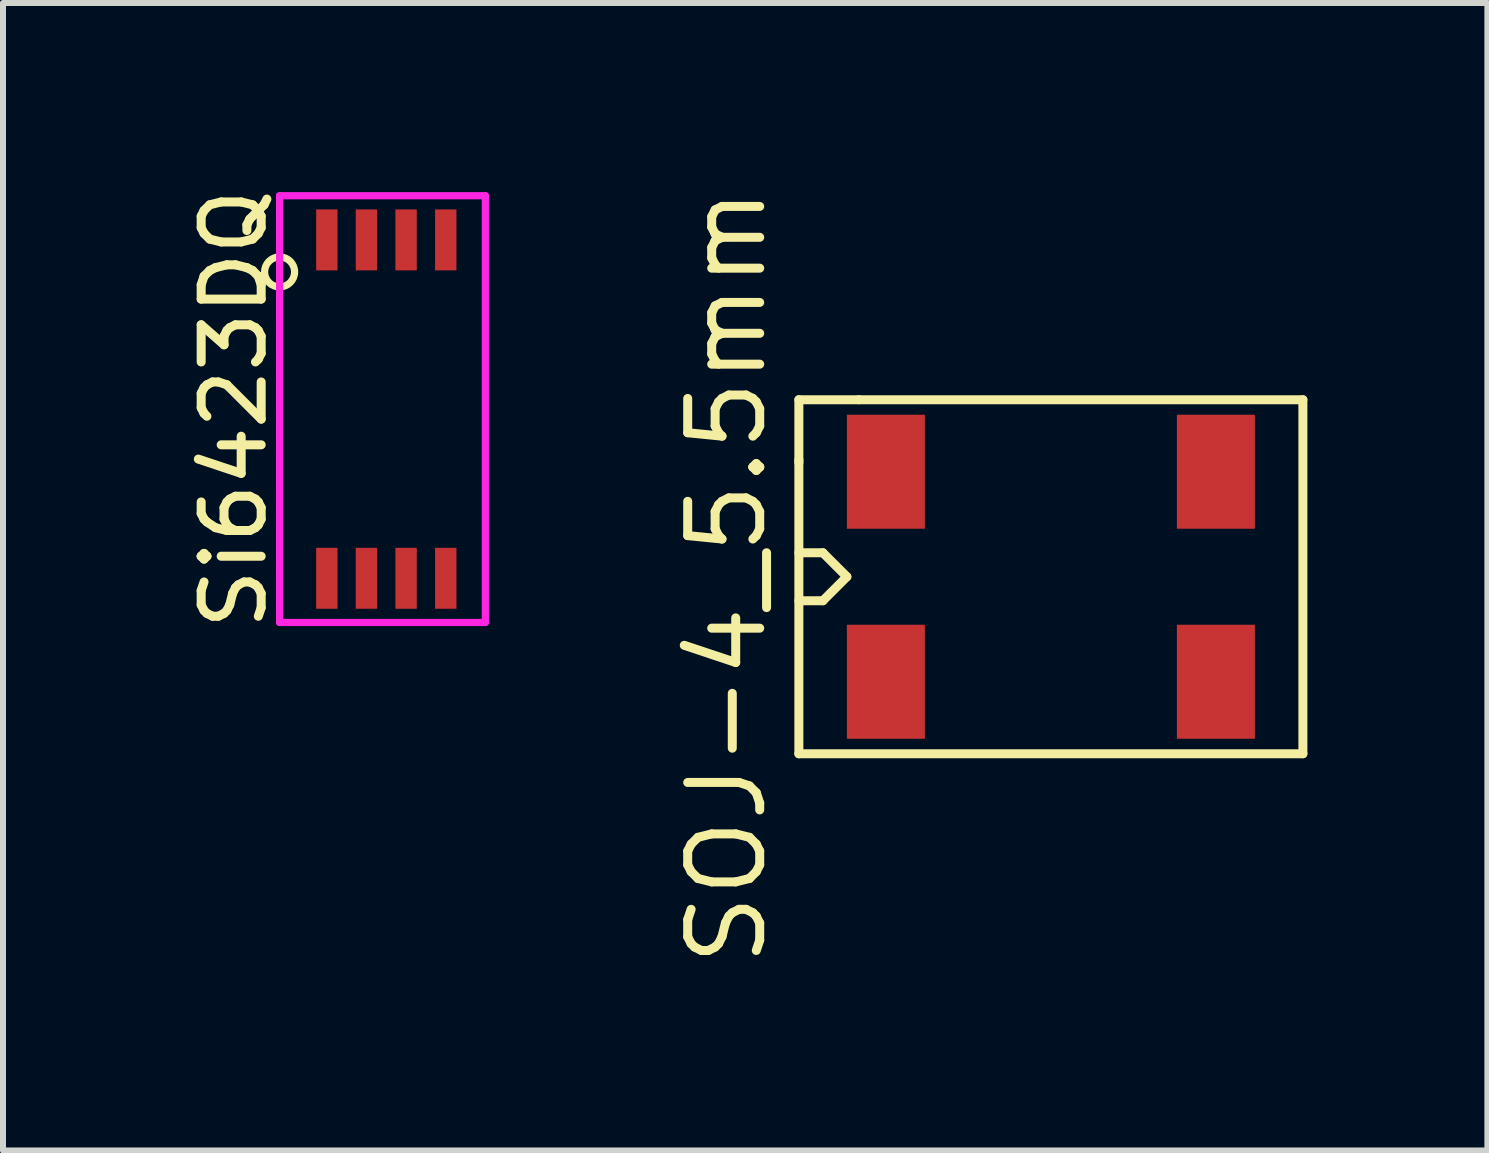
<source format=kicad_pcb>
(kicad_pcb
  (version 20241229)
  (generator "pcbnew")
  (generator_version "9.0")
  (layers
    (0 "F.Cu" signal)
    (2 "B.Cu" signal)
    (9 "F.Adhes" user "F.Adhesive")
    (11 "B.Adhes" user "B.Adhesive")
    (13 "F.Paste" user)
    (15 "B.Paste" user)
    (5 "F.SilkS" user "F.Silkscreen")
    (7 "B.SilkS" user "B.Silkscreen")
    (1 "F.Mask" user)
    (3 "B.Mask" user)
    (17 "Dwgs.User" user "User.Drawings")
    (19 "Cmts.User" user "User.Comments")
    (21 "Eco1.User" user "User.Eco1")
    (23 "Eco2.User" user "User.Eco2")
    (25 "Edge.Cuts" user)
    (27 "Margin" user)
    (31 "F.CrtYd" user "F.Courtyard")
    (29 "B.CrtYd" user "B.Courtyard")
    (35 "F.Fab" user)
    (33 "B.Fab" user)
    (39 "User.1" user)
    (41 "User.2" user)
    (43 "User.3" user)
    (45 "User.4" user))
  (footprint "SOJ-4_5.5mm"
    (layer "F.Cu")
    (at 14.464 6.562)
    (property "Reference" "SOJ-4_5.5mm" (at -5.4 0 90) (layer "F.SilkS") (effects (font (size 1.2 1.2) (thickness 0.15))))
    (attr through_hole)
    (fp_line (start -4.2 -2.95) (end -4.2 -1.9) (stroke (width 0.15) (type solid)) (layer "F.SilkS"))
    (fp_line (start -4.2 -1.95) (end -4.2 2.95) (stroke (width 0.15) (type solid)) (layer "F.SilkS"))
    (fp_line (start -4.2 -0.4) (end -3.8 -0.4) (stroke (width 0.15) (type solid)) (layer "F.SilkS"))
    (fp_line (start -4.2 2.95) (end 4.2 2.95) (stroke (width 0.15) (type solid)) (layer "F.SilkS"))
    (fp_line (start -3.8 -0.4) (end -3.4 0) (stroke (width 0.15) (type solid)) (layer "F.SilkS"))
    (fp_line (start -3.8 0.4) (end -4.2 0.4) (stroke (width 0.15) (type solid)) (layer "F.SilkS"))
    (fp_line (start -3.4 0) (end -3.8 0.4) (stroke (width 0.15) (type solid)) (layer "F.SilkS"))
    (fp_line (start -3.2 -2.95) (end -4.2 -2.95) (stroke (width 0.15) (type solid)) (layer "F.SilkS"))
    (fp_line (start 4.2 -2.95) (end -3.2 -2.95) (stroke (width 0.15) (type solid)) (layer "F.SilkS"))
    (fp_line (start 4.2 2.95) (end 4.2 -2.95) (stroke (width 0.15) (type solid)) (layer "F.SilkS"))
    (pad "1" smd rect (at -2.75 1.75) (size 1.3 1.9) (layers "F.Cu" "F.Mask" "F.Paste"))
    (pad "2" smd rect (at 2.75 1.75) (size 1.3 1.9) (layers "F.Cu" "F.Mask" "F.Paste"))
    (pad "3" smd rect (at 2.75 -1.75) (size 1.3 1.9) (layers "F.Cu" "F.Mask" "F.Paste"))
    (pad "4" smd rect (at -2.75 -1.75) (size 1.3 1.9) (layers "F.Cu" "F.Mask" "F.Paste")))
  (footprint "Si6423DQ"
    (layer "F.Cu")
    (at 3.388 3.768)
    (property "Reference" "Si6423DQ" (at -2.54 0 90) (layer "F.SilkS") (effects (font (size 1 1) (thickness 0.15))))
    (attr through_hole)
    (fp_circle (center -1.778 -2.286) (end -1.528 -2.286) (stroke (width 0.12) (type solid)) (fill no) (layer "F.SilkS"))
    (fp_line (start -1.778 -3.556) (end 1.651 -3.556) (stroke (width 0.12) (type solid)) (layer "F.CrtYd"))
    (fp_line (start -1.778 3.556) (end -1.778 -3.556) (stroke (width 0.12) (type solid)) (layer "F.CrtYd"))
    (fp_line (start 1.651 -3.556) (end 1.651 3.556) (stroke (width 0.12) (type solid)) (layer "F.CrtYd"))
    (fp_line (start 1.651 3.556) (end -1.778 3.556) (stroke (width 0.12) (type solid)) (layer "F.CrtYd"))
    (pad "1" smd rect (at -0.991 -2.82) (size 0.356 1.016) (layers "F.Cu" "F.Mask" "F.Paste"))
    (pad "1" smd rect (at -0.991 2.82) (size 0.356 1.016) (layers "F.Cu" "F.Mask" "F.Paste"))
    (pad "1" smd rect (at 0.991 2.82) (size 0.356 1.016) (layers "F.Cu" "F.Mask" "F.Paste"))
    (pad "2" smd rect (at -0.331 -2.82) (size 0.356 1.016) (layers "F.Cu" "F.Mask" "F.Paste"))
    (pad "2" smd rect (at -0.331 2.82) (size 0.356 1.016) (layers "F.Cu" "F.Mask" "F.Paste"))
    (pad "2" smd rect (at 0.33 -2.82) (size 0.356 1.016) (layers "F.Cu" "F.Mask" "F.Paste"))
    (pad "2" smd rect (at 0.33 2.82) (size 0.356 1.016) (layers "F.Cu" "F.Mask" "F.Paste"))
    (pad "3" smd rect (at 0.991 -2.82) (size 0.356 1.016) (layers "F.Cu" "F.Mask" "F.Paste")))
  (gr_rect
    (start -3 -3)
    (end 21.739 16.124)
    (stroke (width 0.1) (type default))
    (fill no)
    (layer "Edge.Cuts")))
</source>
